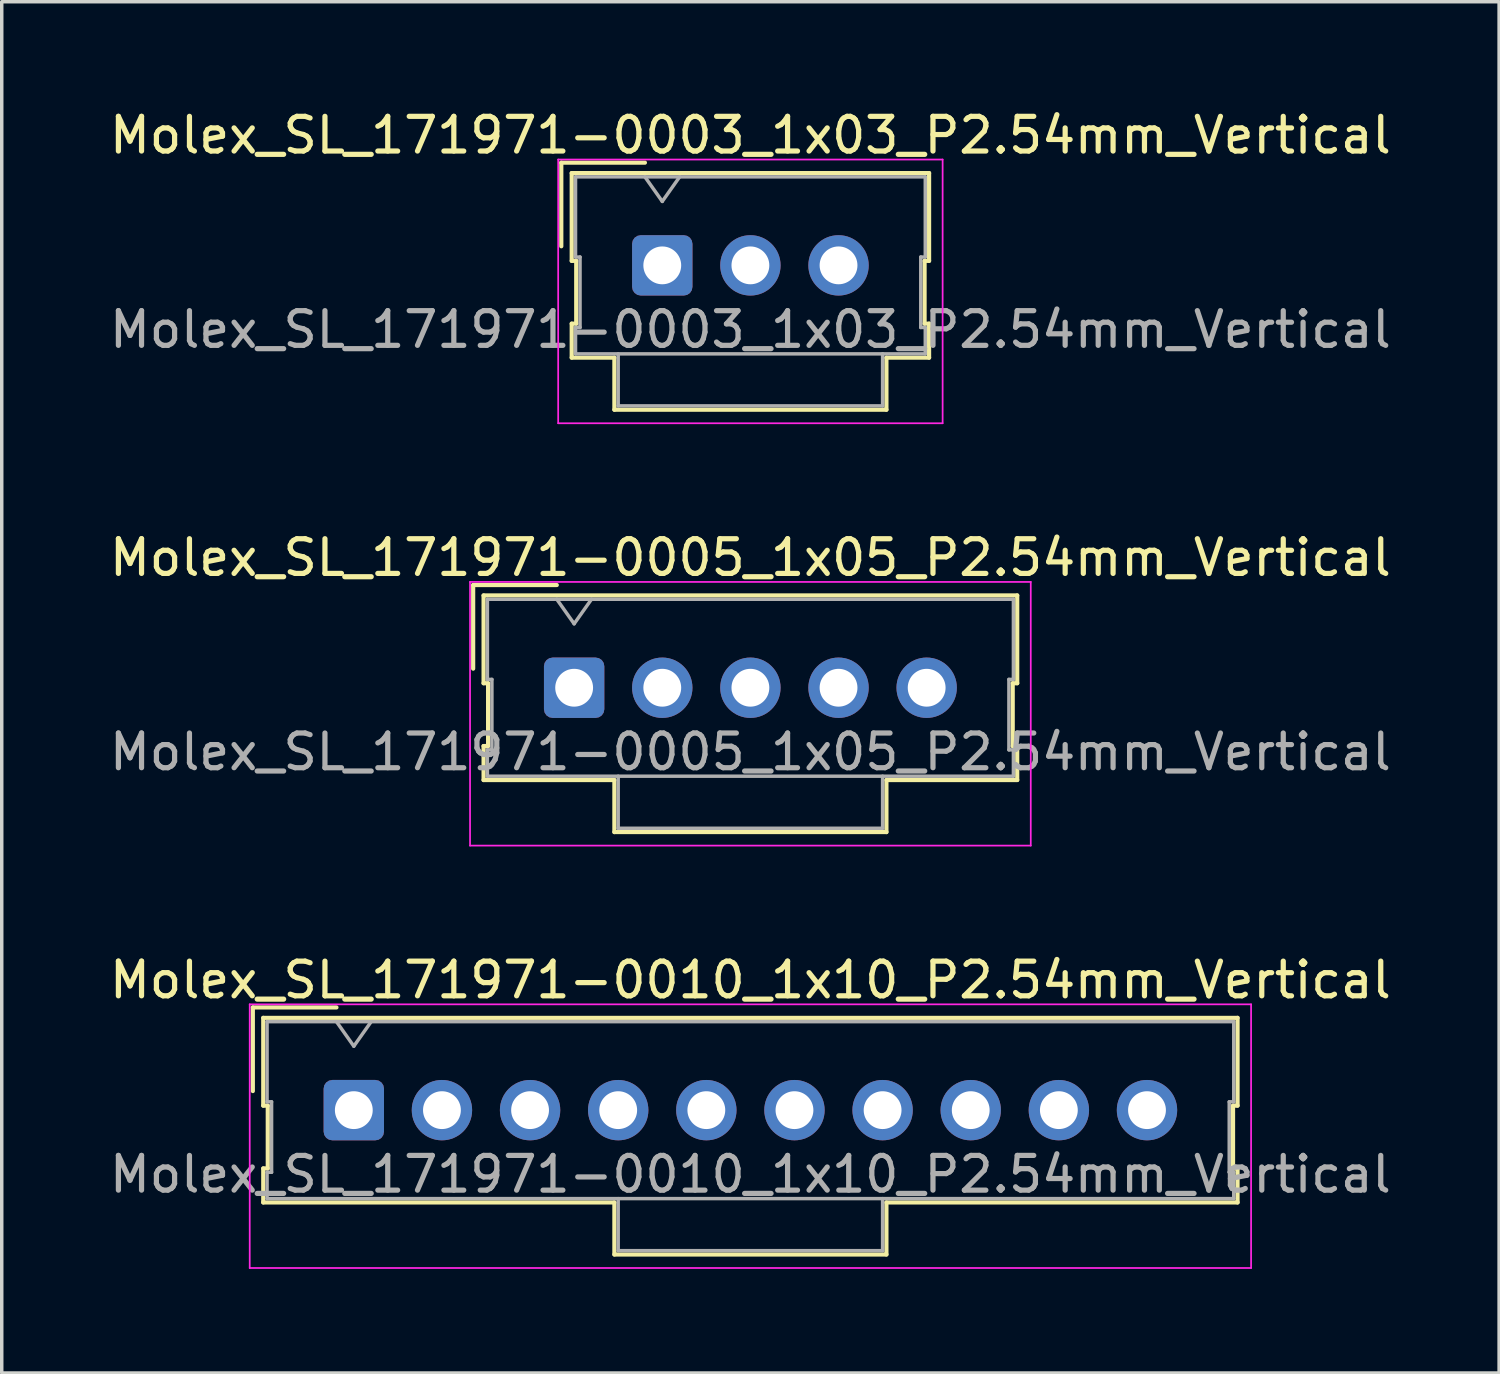
<source format=kicad_pcb>
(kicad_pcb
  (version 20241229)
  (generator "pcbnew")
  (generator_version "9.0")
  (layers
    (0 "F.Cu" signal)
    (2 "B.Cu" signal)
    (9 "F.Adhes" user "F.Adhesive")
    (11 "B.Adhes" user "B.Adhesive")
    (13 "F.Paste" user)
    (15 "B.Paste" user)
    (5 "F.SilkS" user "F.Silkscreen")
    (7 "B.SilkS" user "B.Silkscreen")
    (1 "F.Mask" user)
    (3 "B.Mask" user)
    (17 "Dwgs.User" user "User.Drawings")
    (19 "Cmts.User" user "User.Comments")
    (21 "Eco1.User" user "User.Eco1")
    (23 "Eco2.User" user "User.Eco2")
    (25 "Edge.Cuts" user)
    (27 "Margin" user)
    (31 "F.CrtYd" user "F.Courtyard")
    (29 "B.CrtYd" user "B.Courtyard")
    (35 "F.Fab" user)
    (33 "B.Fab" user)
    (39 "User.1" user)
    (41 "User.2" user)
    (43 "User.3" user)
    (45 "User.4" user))
  (footprint "Molex_SL_171971-0003_1x03_P2.54mm_Vertical"
    (layer "F.Cu")
    (at 16.037 4.598)
    (property "Reference" "Molex_SL_171971-0003_1x03_P2.54mm_Vertical" (at 2.54 -3.75 0) (layer "F.SilkS") (effects (font (size 1 1) (thickness 0.15))))
    (attr through_hole)
    (fp_line (start -2.91 -2.96) (end -0.5 -2.96) (stroke (width 0.12) (type solid)) (layer "F.SilkS"))
    (fp_line (start -2.91 -0.55) (end -2.91 -2.96) (stroke (width 0.12) (type solid)) (layer "F.SilkS"))
    (fp_line (start -2.61 -2.66) (end -2.61 -0.13) (stroke (width 0.12) (type solid)) (layer "F.SilkS"))
    (fp_line (start -2.61 -0.13) (end -2.48 -0.13) (stroke (width 0.12) (type solid)) (layer "F.SilkS"))
    (fp_line (start -2.61 1.68) (end -2.61 2.66) (stroke (width 0.12) (type solid)) (layer "F.SilkS"))
    (fp_line (start -2.61 2.66) (end -1.38 2.66) (stroke (width 0.12) (type solid)) (layer "F.SilkS"))
    (fp_line (start -2.48 -0.13) (end -2.48 1.68) (stroke (width 0.12) (type solid)) (layer "F.SilkS"))
    (fp_line (start -2.48 1.68) (end -2.61 1.68) (stroke (width 0.12) (type solid)) (layer "F.SilkS"))
    (fp_line (start -1.38 2.66) (end -1.38 4.16) (stroke (width 0.12) (type solid)) (layer "F.SilkS"))
    (fp_line (start -1.38 4.16) (end 6.46 4.16) (stroke (width 0.12) (type solid)) (layer "F.SilkS"))
    (fp_line (start 6.46 2.66) (end 7.69 2.66) (stroke (width 0.12) (type solid)) (layer "F.SilkS"))
    (fp_line (start 6.46 4.16) (end 6.46 2.66) (stroke (width 0.12) (type solid)) (layer "F.SilkS"))
    (fp_line (start 7.56 -0.13) (end 7.69 -0.13) (stroke (width 0.12) (type solid)) (layer "F.SilkS"))
    (fp_line (start 7.56 1.68) (end 7.56 -0.13) (stroke (width 0.12) (type solid)) (layer "F.SilkS"))
    (fp_line (start 7.69 -2.66) (end -2.61 -2.66) (stroke (width 0.12) (type solid)) (layer "F.SilkS"))
    (fp_line (start 7.69 -0.13) (end 7.69 -2.66) (stroke (width 0.12) (type solid)) (layer "F.SilkS"))
    (fp_line (start 7.69 1.68) (end 7.56 1.68) (stroke (width 0.12) (type solid)) (layer "F.SilkS"))
    (fp_line (start 7.69 2.66) (end 7.69 1.68) (stroke (width 0.12) (type solid)) (layer "F.SilkS"))
    (fp_line (start -3 -3.05) (end -3 4.55) (stroke (width 0.05) (type solid)) (layer "F.CrtYd"))
    (fp_line (start -3 4.55) (end 8.08 4.55) (stroke (width 0.05) (type solid)) (layer "F.CrtYd"))
    (fp_line (start 8.08 -3.05) (end -3 -3.05) (stroke (width 0.05) (type solid)) (layer "F.CrtYd"))
    (fp_line (start 8.08 4.55) (end 8.08 -3.05) (stroke (width 0.05) (type solid)) (layer "F.CrtYd"))
    (fp_line (start -2.5 -2.55) (end -2.5 -0.24) (stroke (width 0.1) (type solid)) (layer "F.Fab"))
    (fp_line (start -2.5 -0.24) (end -2.37 -0.24) (stroke (width 0.1) (type solid)) (layer "F.Fab"))
    (fp_line (start -2.5 1.79) (end -2.5 2.55) (stroke (width 0.1) (type solid)) (layer "F.Fab"))
    (fp_line (start -2.5 2.55) (end 7.58 2.55) (stroke (width 0.1) (type solid)) (layer "F.Fab"))
    (fp_line (start -2.37 -0.24) (end -2.37 1.79) (stroke (width 0.1) (type solid)) (layer "F.Fab"))
    (fp_line (start -2.37 1.79) (end -2.5 1.79) (stroke (width 0.1) (type solid)) (layer "F.Fab"))
    (fp_line (start -1.27 2.55) (end -1.27 4.05) (stroke (width 0.1) (type solid)) (layer "F.Fab"))
    (fp_line (start -1.27 4.05) (end 6.35 4.05) (stroke (width 0.1) (type solid)) (layer "F.Fab"))
    (fp_line (start 0 -1.843) (end -0.5 -2.55) (stroke (width 0.1) (type solid)) (layer "F.Fab"))
    (fp_line (start 0.5 -2.55) (end 0 -1.843) (stroke (width 0.1) (type solid)) (layer "F.Fab"))
    (fp_line (start 6.35 4.05) (end 6.35 2.55) (stroke (width 0.1) (type solid)) (layer "F.Fab"))
    (fp_line (start 7.45 -0.24) (end 7.58 -0.24) (stroke (width 0.1) (type solid)) (layer "F.Fab"))
    (fp_line (start 7.45 1.79) (end 7.45 -0.24) (stroke (width 0.1) (type solid)) (layer "F.Fab"))
    (fp_line (start 7.58 -2.55) (end -2.5 -2.55) (stroke (width 0.1) (type solid)) (layer "F.Fab"))
    (fp_line (start 7.58 -0.24) (end 7.58 -2.55) (stroke (width 0.1) (type solid)) (layer "F.Fab"))
    (fp_line (start 7.58 1.79) (end 7.45 1.79) (stroke (width 0.1) (type solid)) (layer "F.Fab"))
    (fp_line (start 7.58 2.55) (end 7.58 1.79) (stroke (width 0.1) (type solid)) (layer "F.Fab"))
    (fp_text user "${REFERENCE}" (at 2.54 1.85 0) (layer "F.Fab") (effects (font (size 1 1) (thickness 0.15))))
    (pad "1" thru_hole roundrect (at 0 0) (size 1.74 1.74) (drill 1.09) (layers "*.Cu" "*.Mask") (roundrect_rratio 0.144))
    (pad "2" thru_hole circle (at 2.54 0) (size 1.74 1.74) (drill 1.09) (layers "*.Cu" "*.Mask"))
    (pad "3" thru_hole circle (at 5.08 0) (size 1.74 1.74) (drill 1.09) (layers "*.Cu" "*.Mask")))
  (footprint "Molex_SL_171971-0010_1x10_P2.54mm_Vertical"
    (layer "F.Cu")
    (at 7.147 28.945)
    (property "Reference" "Molex_SL_171971-0010_1x10_P2.54mm_Vertical" (at 11.43 -3.75 0) (layer "F.SilkS") (effects (font (size 1 1) (thickness 0.15))))
    (attr through_hole)
    (fp_line (start -2.91 -2.96) (end -0.5 -2.96) (stroke (width 0.12) (type solid)) (layer "F.SilkS"))
    (fp_line (start -2.91 -0.55) (end -2.91 -2.96) (stroke (width 0.12) (type solid)) (layer "F.SilkS"))
    (fp_line (start -2.61 -2.66) (end -2.61 -0.13) (stroke (width 0.12) (type solid)) (layer "F.SilkS"))
    (fp_line (start -2.61 -0.13) (end -2.48 -0.13) (stroke (width 0.12) (type solid)) (layer "F.SilkS"))
    (fp_line (start -2.61 1.68) (end -2.61 2.66) (stroke (width 0.12) (type solid)) (layer "F.SilkS"))
    (fp_line (start -2.61 2.66) (end 7.51 2.66) (stroke (width 0.12) (type solid)) (layer "F.SilkS"))
    (fp_line (start -2.48 -0.13) (end -2.48 1.68) (stroke (width 0.12) (type solid)) (layer "F.SilkS"))
    (fp_line (start -2.48 1.68) (end -2.61 1.68) (stroke (width 0.12) (type solid)) (layer "F.SilkS"))
    (fp_line (start 7.51 2.66) (end 7.51 4.16) (stroke (width 0.12) (type solid)) (layer "F.SilkS"))
    (fp_line (start 7.51 4.16) (end 15.35 4.16) (stroke (width 0.12) (type solid)) (layer "F.SilkS"))
    (fp_line (start 15.35 2.66) (end 25.47 2.66) (stroke (width 0.12) (type solid)) (layer "F.SilkS"))
    (fp_line (start 15.35 4.16) (end 15.35 2.66) (stroke (width 0.12) (type solid)) (layer "F.SilkS"))
    (fp_line (start 25.34 -0.13) (end 25.47 -0.13) (stroke (width 0.12) (type solid)) (layer "F.SilkS"))
    (fp_line (start 25.34 1.68) (end 25.34 -0.13) (stroke (width 0.12) (type solid)) (layer "F.SilkS"))
    (fp_line (start 25.47 -2.66) (end -2.61 -2.66) (stroke (width 0.12) (type solid)) (layer "F.SilkS"))
    (fp_line (start 25.47 -0.13) (end 25.47 -2.66) (stroke (width 0.12) (type solid)) (layer "F.SilkS"))
    (fp_line (start 25.47 1.68) (end 25.34 1.68) (stroke (width 0.12) (type solid)) (layer "F.SilkS"))
    (fp_line (start 25.47 2.66) (end 25.47 1.68) (stroke (width 0.12) (type solid)) (layer "F.SilkS"))
    (fp_line (start -3 -3.05) (end -3 4.55) (stroke (width 0.05) (type solid)) (layer "F.CrtYd"))
    (fp_line (start -3 4.55) (end 25.86 4.55) (stroke (width 0.05) (type solid)) (layer "F.CrtYd"))
    (fp_line (start 25.86 -3.05) (end -3 -3.05) (stroke (width 0.05) (type solid)) (layer "F.CrtYd"))
    (fp_line (start 25.86 4.55) (end 25.86 -3.05) (stroke (width 0.05) (type solid)) (layer "F.CrtYd"))
    (fp_line (start -2.5 -2.55) (end -2.5 -0.24) (stroke (width 0.1) (type solid)) (layer "F.Fab"))
    (fp_line (start -2.5 -0.24) (end -2.37 -0.24) (stroke (width 0.1) (type solid)) (layer "F.Fab"))
    (fp_line (start -2.5 1.79) (end -2.5 2.55) (stroke (width 0.1) (type solid)) (layer "F.Fab"))
    (fp_line (start -2.5 2.55) (end 25.36 2.55) (stroke (width 0.1) (type solid)) (layer "F.Fab"))
    (fp_line (start -2.37 -0.24) (end -2.37 1.79) (stroke (width 0.1) (type solid)) (layer "F.Fab"))
    (fp_line (start -2.37 1.79) (end -2.5 1.79) (stroke (width 0.1) (type solid)) (layer "F.Fab"))
    (fp_line (start 0 -1.843) (end -0.5 -2.55) (stroke (width 0.1) (type solid)) (layer "F.Fab"))
    (fp_line (start 0.5 -2.55) (end 0 -1.843) (stroke (width 0.1) (type solid)) (layer "F.Fab"))
    (fp_line (start 7.62 2.55) (end 7.62 4.05) (stroke (width 0.1) (type solid)) (layer "F.Fab"))
    (fp_line (start 7.62 4.05) (end 15.24 4.05) (stroke (width 0.1) (type solid)) (layer "F.Fab"))
    (fp_line (start 15.24 4.05) (end 15.24 2.55) (stroke (width 0.1) (type solid)) (layer "F.Fab"))
    (fp_line (start 25.23 -0.24) (end 25.36 -0.24) (stroke (width 0.1) (type solid)) (layer "F.Fab"))
    (fp_line (start 25.23 1.79) (end 25.23 -0.24) (stroke (width 0.1) (type solid)) (layer "F.Fab"))
    (fp_line (start 25.36 -2.55) (end -2.5 -2.55) (stroke (width 0.1) (type solid)) (layer "F.Fab"))
    (fp_line (start 25.36 -0.24) (end 25.36 -2.55) (stroke (width 0.1) (type solid)) (layer "F.Fab"))
    (fp_line (start 25.36 1.79) (end 25.23 1.79) (stroke (width 0.1) (type solid)) (layer "F.Fab"))
    (fp_line (start 25.36 2.55) (end 25.36 1.79) (stroke (width 0.1) (type solid)) (layer "F.Fab"))
    (fp_text user "${REFERENCE}" (at 11.43 1.85 0) (layer "F.Fab") (effects (font (size 1 1) (thickness 0.15))))
    (pad "1" thru_hole roundrect (at 0 0) (size 1.74 1.74) (drill 1.09) (layers "*.Cu" "*.Mask") (roundrect_rratio 0.144))
    (pad "2" thru_hole circle (at 2.54 0) (size 1.74 1.74) (drill 1.09) (layers "*.Cu" "*.Mask"))
    (pad "3" thru_hole circle (at 5.08 0) (size 1.74 1.74) (drill 1.09) (layers "*.Cu" "*.Mask"))
    (pad "4" thru_hole circle (at 7.62 0) (size 1.74 1.74) (drill 1.09) (layers "*.Cu" "*.Mask"))
    (pad "5" thru_hole circle (at 10.16 0) (size 1.74 1.74) (drill 1.09) (layers "*.Cu" "*.Mask"))
    (pad "6" thru_hole circle (at 12.7 0) (size 1.74 1.74) (drill 1.09) (layers "*.Cu" "*.Mask"))
    (pad "7" thru_hole circle (at 15.24 0) (size 1.74 1.74) (drill 1.09) (layers "*.Cu" "*.Mask"))
    (pad "8" thru_hole circle (at 17.78 0) (size 1.74 1.74) (drill 1.09) (layers "*.Cu" "*.Mask"))
    (pad "9" thru_hole circle (at 20.32 0) (size 1.74 1.74) (drill 1.09) (layers "*.Cu" "*.Mask"))
    (pad "10" thru_hole circle (at 22.86 0) (size 1.74 1.74) (drill 1.09) (layers "*.Cu" "*.Mask")))
  (footprint "Molex_SL_171971-0005_1x05_P2.54mm_Vertical"
    (layer "F.Cu")
    (at 13.497 16.771)
    (property "Reference" "Molex_SL_171971-0005_1x05_P2.54mm_Vertical" (at 5.08 -3.75 0) (layer "F.SilkS") (effects (font (size 1 1) (thickness 0.15))))
    (attr through_hole)
    (fp_line (start -2.91 -2.96) (end -0.5 -2.96) (stroke (width 0.12) (type solid)) (layer "F.SilkS"))
    (fp_line (start -2.91 -0.55) (end -2.91 -2.96) (stroke (width 0.12) (type solid)) (layer "F.SilkS"))
    (fp_line (start -2.61 -2.66) (end -2.61 -0.13) (stroke (width 0.12) (type solid)) (layer "F.SilkS"))
    (fp_line (start -2.61 -0.13) (end -2.48 -0.13) (stroke (width 0.12) (type solid)) (layer "F.SilkS"))
    (fp_line (start -2.61 1.68) (end -2.61 2.66) (stroke (width 0.12) (type solid)) (layer "F.SilkS"))
    (fp_line (start -2.61 2.66) (end 1.16 2.66) (stroke (width 0.12) (type solid)) (layer "F.SilkS"))
    (fp_line (start -2.48 -0.13) (end -2.48 1.68) (stroke (width 0.12) (type solid)) (layer "F.SilkS"))
    (fp_line (start -2.48 1.68) (end -2.61 1.68) (stroke (width 0.12) (type solid)) (layer "F.SilkS"))
    (fp_line (start 1.16 2.66) (end 1.16 4.16) (stroke (width 0.12) (type solid)) (layer "F.SilkS"))
    (fp_line (start 1.16 4.16) (end 9 4.16) (stroke (width 0.12) (type solid)) (layer "F.SilkS"))
    (fp_line (start 9 2.66) (end 12.77 2.66) (stroke (width 0.12) (type solid)) (layer "F.SilkS"))
    (fp_line (start 9 4.16) (end 9 2.66) (stroke (width 0.12) (type solid)) (layer "F.SilkS"))
    (fp_line (start 12.64 -0.13) (end 12.77 -0.13) (stroke (width 0.12) (type solid)) (layer "F.SilkS"))
    (fp_line (start 12.64 1.68) (end 12.64 -0.13) (stroke (width 0.12) (type solid)) (layer "F.SilkS"))
    (fp_line (start 12.77 -2.66) (end -2.61 -2.66) (stroke (width 0.12) (type solid)) (layer "F.SilkS"))
    (fp_line (start 12.77 -0.13) (end 12.77 -2.66) (stroke (width 0.12) (type solid)) (layer "F.SilkS"))
    (fp_line (start 12.77 1.68) (end 12.64 1.68) (stroke (width 0.12) (type solid)) (layer "F.SilkS"))
    (fp_line (start 12.77 2.66) (end 12.77 1.68) (stroke (width 0.12) (type solid)) (layer "F.SilkS"))
    (fp_line (start -3 -3.05) (end -3 4.55) (stroke (width 0.05) (type solid)) (layer "F.CrtYd"))
    (fp_line (start -3 4.55) (end 13.16 4.55) (stroke (width 0.05) (type solid)) (layer "F.CrtYd"))
    (fp_line (start 13.16 -3.05) (end -3 -3.05) (stroke (width 0.05) (type solid)) (layer "F.CrtYd"))
    (fp_line (start 13.16 4.55) (end 13.16 -3.05) (stroke (width 0.05) (type solid)) (layer "F.CrtYd"))
    (fp_line (start -2.5 -2.55) (end -2.5 -0.24) (stroke (width 0.1) (type solid)) (layer "F.Fab"))
    (fp_line (start -2.5 -0.24) (end -2.37 -0.24) (stroke (width 0.1) (type solid)) (layer "F.Fab"))
    (fp_line (start -2.5 1.79) (end -2.5 2.55) (stroke (width 0.1) (type solid)) (layer "F.Fab"))
    (fp_line (start -2.5 2.55) (end 12.66 2.55) (stroke (width 0.1) (type solid)) (layer "F.Fab"))
    (fp_line (start -2.37 -0.24) (end -2.37 1.79) (stroke (width 0.1) (type solid)) (layer "F.Fab"))
    (fp_line (start -2.37 1.79) (end -2.5 1.79) (stroke (width 0.1) (type solid)) (layer "F.Fab"))
    (fp_line (start 0 -1.843) (end -0.5 -2.55) (stroke (width 0.1) (type solid)) (layer "F.Fab"))
    (fp_line (start 0.5 -2.55) (end 0 -1.843) (stroke (width 0.1) (type solid)) (layer "F.Fab"))
    (fp_line (start 1.27 2.55) (end 1.27 4.05) (stroke (width 0.1) (type solid)) (layer "F.Fab"))
    (fp_line (start 1.27 4.05) (end 8.89 4.05) (stroke (width 0.1) (type solid)) (layer "F.Fab"))
    (fp_line (start 8.89 4.05) (end 8.89 2.55) (stroke (width 0.1) (type solid)) (layer "F.Fab"))
    (fp_line (start 12.53 -0.24) (end 12.66 -0.24) (stroke (width 0.1) (type solid)) (layer "F.Fab"))
    (fp_line (start 12.53 1.79) (end 12.53 -0.24) (stroke (width 0.1) (type solid)) (layer "F.Fab"))
    (fp_line (start 12.66 -2.55) (end -2.5 -2.55) (stroke (width 0.1) (type solid)) (layer "F.Fab"))
    (fp_line (start 12.66 -0.24) (end 12.66 -2.55) (stroke (width 0.1) (type solid)) (layer "F.Fab"))
    (fp_line (start 12.66 1.79) (end 12.53 1.79) (stroke (width 0.1) (type solid)) (layer "F.Fab"))
    (fp_line (start 12.66 2.55) (end 12.66 1.79) (stroke (width 0.1) (type solid)) (layer "F.Fab"))
    (fp_text user "${REFERENCE}" (at 5.08 1.85 0) (layer "F.Fab") (effects (font (size 1 1) (thickness 0.15))))
    (pad "1" thru_hole roundrect (at 0 0) (size 1.74 1.74) (drill 1.09) (layers "*.Cu" "*.Mask") (roundrect_rratio 0.144))
    (pad "2" thru_hole circle (at 2.54 0) (size 1.74 1.74) (drill 1.09) (layers "*.Cu" "*.Mask"))
    (pad "3" thru_hole circle (at 5.08 0) (size 1.74 1.74) (drill 1.09) (layers "*.Cu" "*.Mask"))
    (pad "4" thru_hole circle (at 7.62 0) (size 1.74 1.74) (drill 1.09) (layers "*.Cu" "*.Mask"))
    (pad "5" thru_hole circle (at 10.16 0) (size 1.74 1.74) (drill 1.09) (layers "*.Cu" "*.Mask")))
  (gr_rect
    (start -3 -3)
    (end 40.155 36.52)
    (stroke (width 0.1) (type default))
    (fill no)
    (layer "Edge.Cuts")))
</source>
